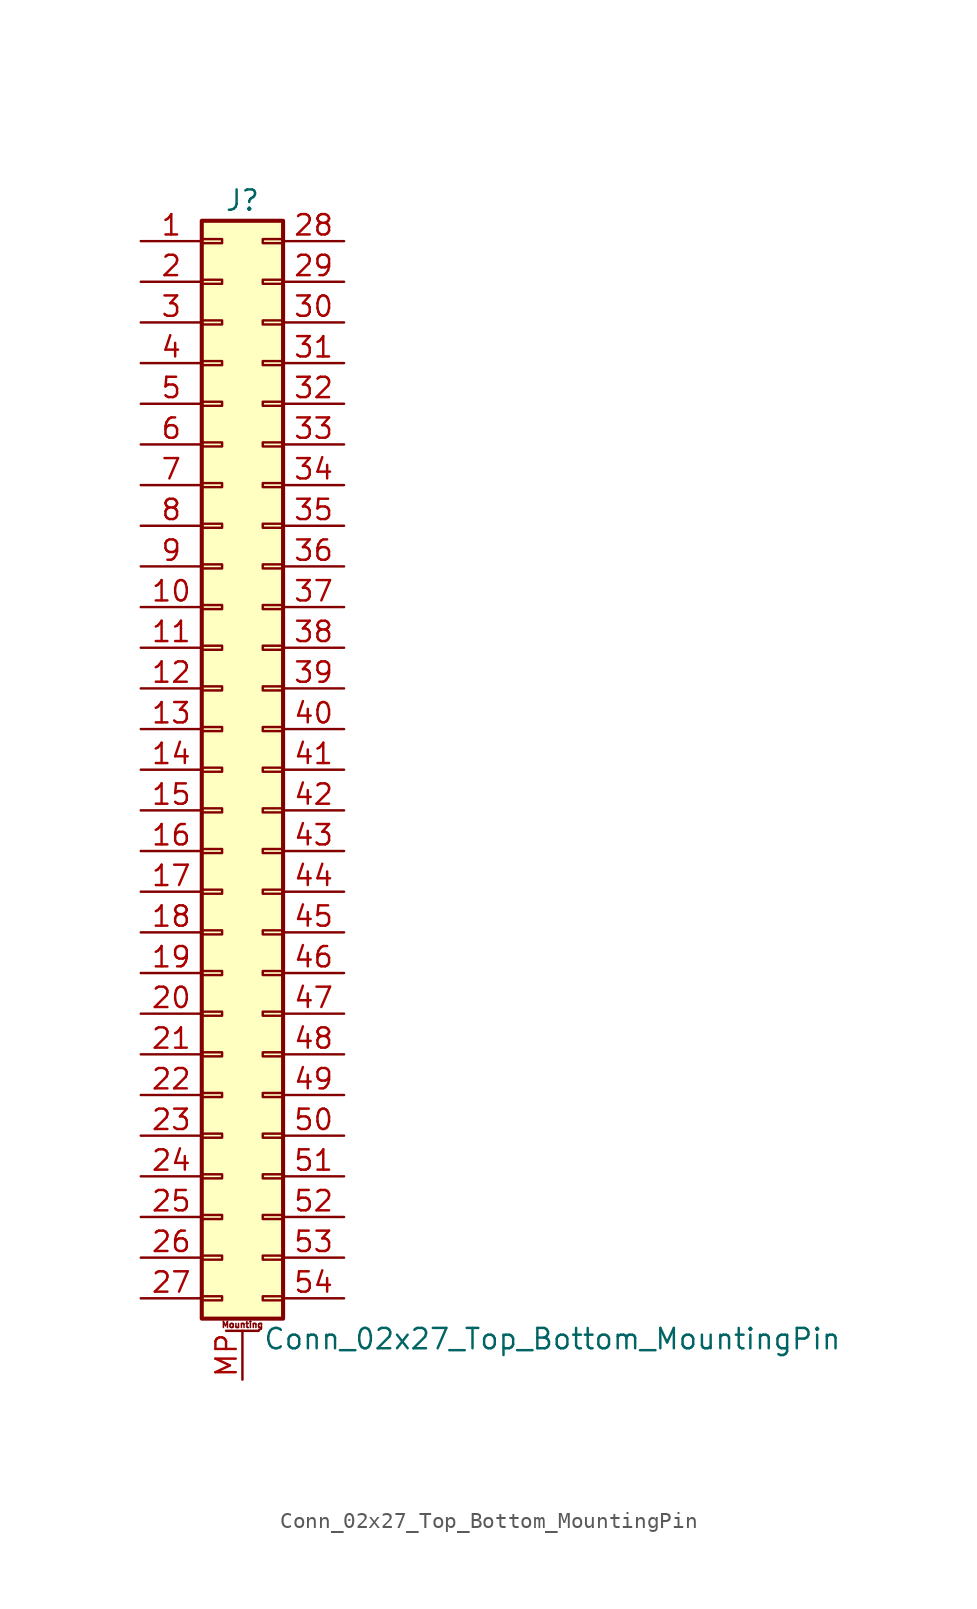
<source format=kicad_sym>
(kicad_symbol_lib
  (version 20220914)
  (generator kicad_symbol_editor)
  (symbol "Conn_02x27_Top_Bottom_MountingPin"
    (pin_names
      (offset 1.016) hide)
    (property "Reference" "J"
      (at 1.27 35.56 0)
      (effects (font (size 1.27 1.27))))
    (property "Value" "Conn_02x27_Top_Bottom_MountingPin"
      (at 2.54 -35.56 0)
      (effects (font (size 1.27 1.27)) (justify left)))
    (symbol "Conn_02x27_Top_Bottom_MountingPin_1_1"
      (rectangle (start -1.27 -32.893) (end 0 -33.147) (stroke (width 0.152) (type default)) (fill (type none)))
      (rectangle (start -1.27 -30.353) (end 0 -30.607) (stroke (width 0.152) (type default)) (fill (type none)))
      (rectangle (start -1.27 -27.813) (end 0 -28.067) (stroke (width 0.152) (type default)) (fill (type none)))
      (rectangle (start -1.27 -25.273) (end 0 -25.527) (stroke (width 0.152) (type default)) (fill (type none)))
      (rectangle (start -1.27 -22.733) (end 0 -22.987) (stroke (width 0.152) (type default)) (fill (type none)))
      (rectangle (start -1.27 -20.193) (end 0 -20.447) (stroke (width 0.152) (type default)) (fill (type none)))
      (rectangle (start -1.27 -17.653) (end 0 -17.907) (stroke (width 0.152) (type default)) (fill (type none)))
      (rectangle (start -1.27 -15.113) (end 0 -15.367) (stroke (width 0.152) (type default)) (fill (type none)))
      (rectangle (start -1.27 -12.573) (end 0 -12.827) (stroke (width 0.152) (type default)) (fill (type none)))
      (rectangle (start -1.27 -10.033) (end 0 -10.287) (stroke (width 0.152) (type default)) (fill (type none)))
      (rectangle (start -1.27 -7.493) (end 0 -7.747) (stroke (width 0.152) (type default)) (fill (type none)))
      (rectangle (start -1.27 -4.953) (end 0 -5.207) (stroke (width 0.152) (type default)) (fill (type none)))
      (rectangle (start -1.27 -2.413) (end 0 -2.667) (stroke (width 0.152) (type default)) (fill (type none)))
      (rectangle (start -1.27 0.127) (end 0 -0.127) (stroke (width 0.152) (type default)) (fill (type none)))
      (rectangle (start -1.27 2.667) (end 0 2.413) (stroke (width 0.152) (type default)) (fill (type none)))
      (rectangle (start -1.27 5.207) (end 0 4.953) (stroke (width 0.152) (type default)) (fill (type none)))
      (rectangle (start -1.27 7.747) (end 0 7.493) (stroke (width 0.152) (type default)) (fill (type none)))
      (rectangle (start -1.27 10.287) (end 0 10.033) (stroke (width 0.152) (type default)) (fill (type none)))
      (rectangle (start -1.27 12.827) (end 0 12.573) (stroke (width 0.152) (type default)) (fill (type none)))
      (rectangle (start -1.27 15.367) (end 0 15.113) (stroke (width 0.152) (type default)) (fill (type none)))
      (rectangle (start -1.27 17.907) (end 0 17.653) (stroke (width 0.152) (type default)) (fill (type none)))
      (rectangle (start -1.27 20.447) (end 0 20.193) (stroke (width 0.152) (type default)) (fill (type none)))
      (rectangle (start -1.27 22.987) (end 0 22.733) (stroke (width 0.152) (type default)) (fill (type none)))
      (rectangle (start -1.27 25.527) (end 0 25.273) (stroke (width 0.152) (type default)) (fill (type none)))
      (rectangle (start -1.27 28.067) (end 0 27.813) (stroke (width 0.152) (type default)) (fill (type none)))
      (rectangle (start -1.27 30.607) (end 0 30.353) (stroke (width 0.152) (type default)) (fill (type none)))
      (rectangle (start -1.27 33.147) (end 0 32.893) (stroke (width 0.152) (type default)) (fill (type none)))
      (rectangle (start -1.27 34.29) (end 3.81 -34.29) (stroke (width 0.254) (type default)) (fill (type background)))
      (polyline (pts (xy 0.254 -35.052) (xy 2.286 -35.052)) (stroke (width 0.152) (type default)) (fill (type none)))
      (rectangle (start 3.81 -32.893) (end 2.54 -33.147) (stroke (width 0.152) (type default)) (fill (type none)))
      (rectangle (start 3.81 -30.353) (end 2.54 -30.607) (stroke (width 0.152) (type default)) (fill (type none)))
      (rectangle (start 3.81 -27.813) (end 2.54 -28.067) (stroke (width 0.152) (type default)) (fill (type none)))
      (rectangle (start 3.81 -25.273) (end 2.54 -25.527) (stroke (width 0.152) (type default)) (fill (type none)))
      (rectangle (start 3.81 -22.733) (end 2.54 -22.987) (stroke (width 0.152) (type default)) (fill (type none)))
      (rectangle (start 3.81 -20.193) (end 2.54 -20.447) (stroke (width 0.152) (type default)) (fill (type none)))
      (rectangle (start 3.81 -17.653) (end 2.54 -17.907) (stroke (width 0.152) (type default)) (fill (type none)))
      (rectangle (start 3.81 -15.113) (end 2.54 -15.367) (stroke (width 0.152) (type default)) (fill (type none)))
      (rectangle (start 3.81 -12.573) (end 2.54 -12.827) (stroke (width 0.152) (type default)) (fill (type none)))
      (rectangle (start 3.81 -10.033) (end 2.54 -10.287) (stroke (width 0.152) (type default)) (fill (type none)))
      (rectangle (start 3.81 -7.493) (end 2.54 -7.747) (stroke (width 0.152) (type default)) (fill (type none)))
      (rectangle (start 3.81 -4.953) (end 2.54 -5.207) (stroke (width 0.152) (type default)) (fill (type none)))
      (rectangle (start 3.81 -2.413) (end 2.54 -2.667) (stroke (width 0.152) (type default)) (fill (type none)))
      (rectangle (start 3.81 0.127) (end 2.54 -0.127) (stroke (width 0.152) (type default)) (fill (type none)))
      (rectangle (start 3.81 2.667) (end 2.54 2.413) (stroke (width 0.152) (type default)) (fill (type none)))
      (rectangle (start 3.81 5.207) (end 2.54 4.953) (stroke (width 0.152) (type default)) (fill (type none)))
      (rectangle (start 3.81 7.747) (end 2.54 7.493) (stroke (width 0.152) (type default)) (fill (type none)))
      (rectangle (start 3.81 10.287) (end 2.54 10.033) (stroke (width 0.152) (type default)) (fill (type none)))
      (rectangle (start 3.81 12.827) (end 2.54 12.573) (stroke (width 0.152) (type default)) (fill (type none)))
      (rectangle (start 3.81 15.367) (end 2.54 15.113) (stroke (width 0.152) (type default)) (fill (type none)))
      (rectangle (start 3.81 17.907) (end 2.54 17.653) (stroke (width 0.152) (type default)) (fill (type none)))
      (rectangle (start 3.81 20.447) (end 2.54 20.193) (stroke (width 0.152) (type default)) (fill (type none)))
      (rectangle (start 3.81 22.987) (end 2.54 22.733) (stroke (width 0.152) (type default)) (fill (type none)))
      (rectangle (start 3.81 25.527) (end 2.54 25.273) (stroke (width 0.152) (type default)) (fill (type none)))
      (rectangle (start 3.81 28.067) (end 2.54 27.813) (stroke (width 0.152) (type default)) (fill (type none)))
      (rectangle (start 3.81 30.607) (end 2.54 30.353) (stroke (width 0.152) (type default)) (fill (type none)))
      (rectangle (start 3.81 33.147) (end 2.54 32.893) (stroke (width 0.152) (type default)) (fill (type none)))
      (text "Mounting" (at 1.27 -34.671 0) (effects (font (size 0.381 0.381))))
      (pin passive line (at -5.08 33.02 0) (length 3.81) (name "Pin_1" (effects (font (size 1.27 1.27)))) (number "1" (effects (font (size 1.27 1.27)))))
      (pin passive line (at -5.08 10.16 0) (length 3.81) (name "Pin_10" (effects (font (size 1.27 1.27)))) (number "10" (effects (font (size 1.27 1.27)))))
      (pin passive line (at -5.08 7.62 0) (length 3.81) (name "Pin_11" (effects (font (size 1.27 1.27)))) (number "11" (effects (font (size 1.27 1.27)))))
      (pin passive line (at -5.08 5.08 0) (length 3.81) (name "Pin_12" (effects (font (size 1.27 1.27)))) (number "12" (effects (font (size 1.27 1.27)))))
      (pin passive line (at -5.08 2.54 0) (length 3.81) (name "Pin_13" (effects (font (size 1.27 1.27)))) (number "13" (effects (font (size 1.27 1.27)))))
      (pin passive line (at -5.08 0 0) (length 3.81) (name "Pin_14" (effects (font (size 1.27 1.27)))) (number "14" (effects (font (size 1.27 1.27)))))
      (pin passive line (at -5.08 -2.54 0) (length 3.81) (name "Pin_15" (effects (font (size 1.27 1.27)))) (number "15" (effects (font (size 1.27 1.27)))))
      (pin passive line (at -5.08 -5.08 0) (length 3.81) (name "Pin_16" (effects (font (size 1.27 1.27)))) (number "16" (effects (font (size 1.27 1.27)))))
      (pin passive line (at -5.08 -7.62 0) (length 3.81) (name "Pin_17" (effects (font (size 1.27 1.27)))) (number "17" (effects (font (size 1.27 1.27)))))
      (pin passive line (at -5.08 -10.16 0) (length 3.81) (name "Pin_18" (effects (font (size 1.27 1.27)))) (number "18" (effects (font (size 1.27 1.27)))))
      (pin passive line (at -5.08 -12.7 0) (length 3.81) (name "Pin_19" (effects (font (size 1.27 1.27)))) (number "19" (effects (font (size 1.27 1.27)))))
      (pin passive line (at -5.08 30.48 0) (length 3.81) (name "Pin_2" (effects (font (size 1.27 1.27)))) (number "2" (effects (font (size 1.27 1.27)))))
      (pin passive line (at -5.08 -15.24 0) (length 3.81) (name "Pin_20" (effects (font (size 1.27 1.27)))) (number "20" (effects (font (size 1.27 1.27)))))
      (pin passive line (at -5.08 -17.78 0) (length 3.81) (name "Pin_21" (effects (font (size 1.27 1.27)))) (number "21" (effects (font (size 1.27 1.27)))))
      (pin passive line (at -5.08 -20.32 0) (length 3.81) (name "Pin_22" (effects (font (size 1.27 1.27)))) (number "22" (effects (font (size 1.27 1.27)))))
      (pin passive line (at -5.08 -22.86 0) (length 3.81) (name "Pin_23" (effects (font (size 1.27 1.27)))) (number "23" (effects (font (size 1.27 1.27)))))
      (pin passive line (at -5.08 -25.4 0) (length 3.81) (name "Pin_24" (effects (font (size 1.27 1.27)))) (number "24" (effects (font (size 1.27 1.27)))))
      (pin passive line (at -5.08 -27.94 0) (length 3.81) (name "Pin_25" (effects (font (size 1.27 1.27)))) (number "25" (effects (font (size 1.27 1.27)))))
      (pin passive line (at -5.08 -30.48 0) (length 3.81) (name "Pin_26" (effects (font (size 1.27 1.27)))) (number "26" (effects (font (size 1.27 1.27)))))
      (pin passive line (at -5.08 -33.02 0) (length 3.81) (name "Pin_27" (effects (font (size 1.27 1.27)))) (number "27" (effects (font (size 1.27 1.27)))))
      (pin passive line (at 7.62 33.02 180) (length 3.81) (name "Pin_28" (effects (font (size 1.27 1.27)))) (number "28" (effects (font (size 1.27 1.27)))))
      (pin passive line (at 7.62 30.48 180) (length 3.81) (name "Pin_29" (effects (font (size 1.27 1.27)))) (number "29" (effects (font (size 1.27 1.27)))))
      (pin passive line (at -5.08 27.94 0) (length 3.81) (name "Pin_3" (effects (font (size 1.27 1.27)))) (number "3" (effects (font (size 1.27 1.27)))))
      (pin passive line (at 7.62 27.94 180) (length 3.81) (name "Pin_30" (effects (font (size 1.27 1.27)))) (number "30" (effects (font (size 1.27 1.27)))))
      (pin passive line (at 7.62 25.4 180) (length 3.81) (name "Pin_31" (effects (font (size 1.27 1.27)))) (number "31" (effects (font (size 1.27 1.27)))))
      (pin passive line (at 7.62 22.86 180) (length 3.81) (name "Pin_32" (effects (font (size 1.27 1.27)))) (number "32" (effects (font (size 1.27 1.27)))))
      (pin passive line (at 7.62 20.32 180) (length 3.81) (name "Pin_33" (effects (font (size 1.27 1.27)))) (number "33" (effects (font (size 1.27 1.27)))))
      (pin passive line (at 7.62 17.78 180) (length 3.81) (name "Pin_34" (effects (font (size 1.27 1.27)))) (number "34" (effects (font (size 1.27 1.27)))))
      (pin passive line (at 7.62 15.24 180) (length 3.81) (name "Pin_35" (effects (font (size 1.27 1.27)))) (number "35" (effects (font (size 1.27 1.27)))))
      (pin passive line (at 7.62 12.7 180) (length 3.81) (name "Pin_36" (effects (font (size 1.27 1.27)))) (number "36" (effects (font (size 1.27 1.27)))))
      (pin passive line (at 7.62 10.16 180) (length 3.81) (name "Pin_37" (effects (font (size 1.27 1.27)))) (number "37" (effects (font (size 1.27 1.27)))))
      (pin passive line (at 7.62 7.62 180) (length 3.81) (name "Pin_38" (effects (font (size 1.27 1.27)))) (number "38" (effects (font (size 1.27 1.27)))))
      (pin passive line (at 7.62 5.08 180) (length 3.81) (name "Pin_39" (effects (font (size 1.27 1.27)))) (number "39" (effects (font (size 1.27 1.27)))))
      (pin passive line (at -5.08 25.4 0) (length 3.81) (name "Pin_4" (effects (font (size 1.27 1.27)))) (number "4" (effects (font (size 1.27 1.27)))))
      (pin passive line (at 7.62 2.54 180) (length 3.81) (name "Pin_40" (effects (font (size 1.27 1.27)))) (number "40" (effects (font (size 1.27 1.27)))))
      (pin passive line (at 7.62 0 180) (length 3.81) (name "Pin_41" (effects (font (size 1.27 1.27)))) (number "41" (effects (font (size 1.27 1.27)))))
      (pin passive line (at 7.62 -2.54 180) (length 3.81) (name "Pin_42" (effects (font (size 1.27 1.27)))) (number "42" (effects (font (size 1.27 1.27)))))
      (pin passive line (at 7.62 -5.08 180) (length 3.81) (name "Pin_43" (effects (font (size 1.27 1.27)))) (number "43" (effects (font (size 1.27 1.27)))))
      (pin passive line (at 7.62 -7.62 180) (length 3.81) (name "Pin_44" (effects (font (size 1.27 1.27)))) (number "44" (effects (font (size 1.27 1.27)))))
      (pin passive line (at 7.62 -10.16 180) (length 3.81) (name "Pin_45" (effects (font (size 1.27 1.27)))) (number "45" (effects (font (size 1.27 1.27)))))
      (pin passive line (at 7.62 -12.7 180) (length 3.81) (name "Pin_46" (effects (font (size 1.27 1.27)))) (number "46" (effects (font (size 1.27 1.27)))))
      (pin passive line (at 7.62 -15.24 180) (length 3.81) (name "Pin_47" (effects (font (size 1.27 1.27)))) (number "47" (effects (font (size 1.27 1.27)))))
      (pin passive line (at 7.62 -17.78 180) (length 3.81) (name "Pin_48" (effects (font (size 1.27 1.27)))) (number "48" (effects (font (size 1.27 1.27)))))
      (pin passive line (at 7.62 -20.32 180) (length 3.81) (name "Pin_49" (effects (font (size 1.27 1.27)))) (number "49" (effects (font (size 1.27 1.27)))))
      (pin passive line (at -5.08 22.86 0) (length 3.81) (name "Pin_5" (effects (font (size 1.27 1.27)))) (number "5" (effects (font (size 1.27 1.27)))))
      (pin passive line (at 7.62 -22.86 180) (length 3.81) (name "Pin_50" (effects (font (size 1.27 1.27)))) (number "50" (effects (font (size 1.27 1.27)))))
      (pin passive line (at 7.62 -25.4 180) (length 3.81) (name "Pin_51" (effects (font (size 1.27 1.27)))) (number "51" (effects (font (size 1.27 1.27)))))
      (pin passive line (at 7.62 -27.94 180) (length 3.81) (name "Pin_52" (effects (font (size 1.27 1.27)))) (number "52" (effects (font (size 1.27 1.27)))))
      (pin passive line (at 7.62 -30.48 180) (length 3.81) (name "Pin_53" (effects (font (size 1.27 1.27)))) (number "53" (effects (font (size 1.27 1.27)))))
      (pin passive line (at 7.62 -33.02 180) (length 3.81) (name "Pin_54" (effects (font (size 1.27 1.27)))) (number "54" (effects (font (size 1.27 1.27)))))
      (pin passive line (at -5.08 20.32 0) (length 3.81) (name "Pin_6" (effects (font (size 1.27 1.27)))) (number "6" (effects (font (size 1.27 1.27)))))
      (pin passive line (at -5.08 17.78 0) (length 3.81) (name "Pin_7" (effects (font (size 1.27 1.27)))) (number "7" (effects (font (size 1.27 1.27)))))
      (pin passive line (at -5.08 15.24 0) (length 3.81) (name "Pin_8" (effects (font (size 1.27 1.27)))) (number "8" (effects (font (size 1.27 1.27)))))
      (pin passive line (at -5.08 12.7 0) (length 3.81) (name "Pin_9" (effects (font (size 1.27 1.27)))) (number "9" (effects (font (size 1.27 1.27)))))
      (pin passive line (at 1.27 -38.1 90) (length 3.048) (name "MountPin" (effects (font (size 1.27 1.27)))) (number "MP" (effects (font (size 1.27 1.27))))))))
</source>
